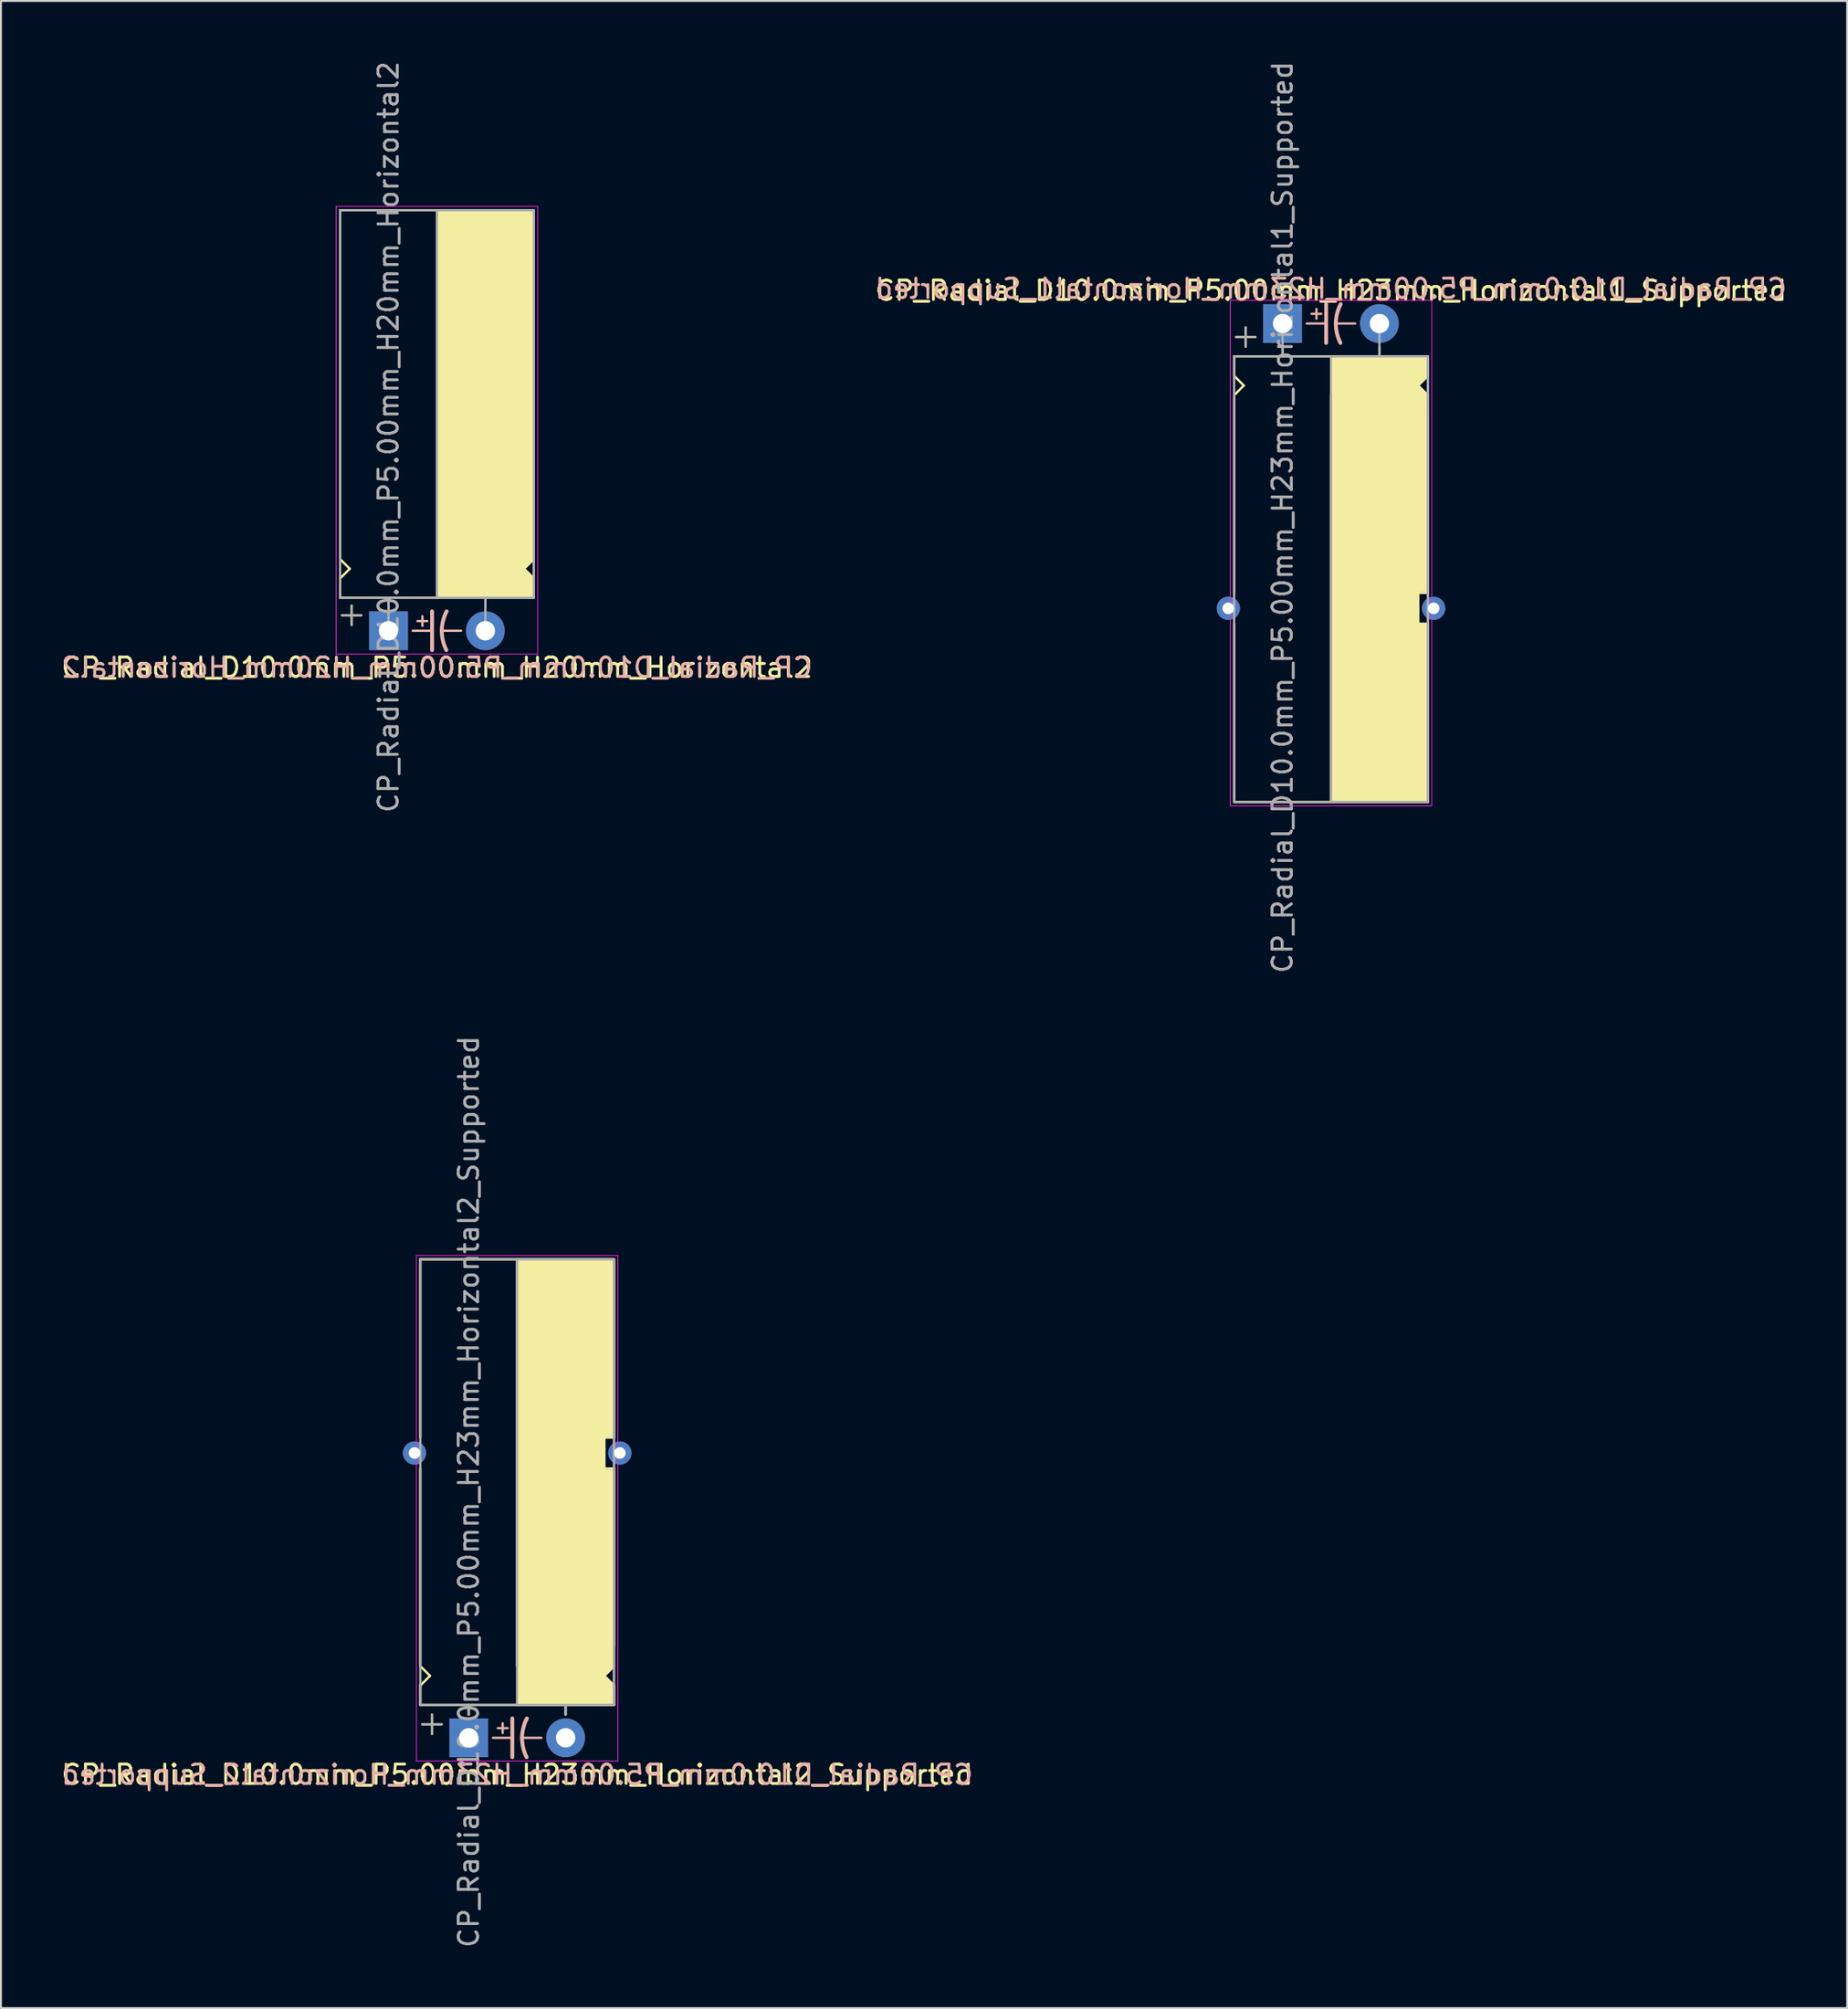
<source format=kicad_pcb>
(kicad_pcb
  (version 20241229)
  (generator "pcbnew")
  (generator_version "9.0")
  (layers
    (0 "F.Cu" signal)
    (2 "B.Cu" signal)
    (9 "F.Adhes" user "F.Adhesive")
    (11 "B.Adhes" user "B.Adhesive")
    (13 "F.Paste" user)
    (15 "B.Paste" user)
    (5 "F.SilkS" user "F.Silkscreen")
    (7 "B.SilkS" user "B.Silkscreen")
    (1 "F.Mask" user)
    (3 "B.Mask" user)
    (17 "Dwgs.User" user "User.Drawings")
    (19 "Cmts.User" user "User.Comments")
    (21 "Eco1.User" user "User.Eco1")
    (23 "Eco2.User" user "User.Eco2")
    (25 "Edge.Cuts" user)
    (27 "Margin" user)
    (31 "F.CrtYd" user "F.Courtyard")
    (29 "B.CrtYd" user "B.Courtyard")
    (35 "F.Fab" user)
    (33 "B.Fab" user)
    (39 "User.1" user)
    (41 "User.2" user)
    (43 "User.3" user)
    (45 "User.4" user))
  (footprint "CP_Radial_D10.0mm_P5.00mm_H23mm_Horizontal1_Supported"
    (layer "F.Cu")
    (at 63.161 13.649)
    (property "Reference" "CP_Radial_D10.0mm_P5.00mm_H23mm_Horizontal1_Supported" (at 2.5 -1.7 0) (layer "F.SilkS") (effects (font (size 1 1) (thickness 0.15))))
    (fp_line (start -2.5 1.7) (end -2.5 2.7) (stroke (width 0.12) (type solid)) (layer "F.SilkS"))
    (fp_line (start -2.5 2.7) (end -2 3.2) (stroke (width 0.12) (type solid)) (layer "F.SilkS"))
    (fp_line (start -2.5 3.8) (end -2.5 13.9) (stroke (width 0.12) (type solid)) (layer "F.SilkS"))
    (fp_line (start -2.5 15.5) (end -2.5 24.7) (stroke (width 0.12) (type solid)) (layer "F.SilkS"))
    (fp_line (start -2.5 24.7) (end 7.5 24.7) (stroke (width 0.12) (type solid)) (layer "F.SilkS"))
    (fp_line (start -2 3.2) (end -2.5 3.7) (stroke (width 0.12) (type solid)) (layer "F.SilkS"))
    (fp_line (start -1.9 0.2) (end -1.9 1.2) (stroke (width 0.12) (type solid)) (layer "F.SilkS"))
    (fp_line (start -1.4 0.7) (end -2.4 0.7) (stroke (width 0.12) (type solid)) (layer "F.SilkS"))
    (fp_line (start 0 1.7) (end 0 1.2) (stroke (width 0.12) (type solid)) (layer "F.SilkS"))
    (fp_line (start 2.5 1.7) (end -2.5 1.7) (stroke (width 0.12) (type solid)) (layer "F.SilkS"))
    (fp_line (start 2.5 24.7) (end 2.5 3.7) (stroke (width 0.12) (type solid)) (layer "F.SilkS"))
    (fp_line (start 5 1.7) (end 5 1.2) (stroke (width 0.12) (type solid)) (layer "F.SilkS"))
    (fp_line (start 7 3.2) (end 7.5 3.7) (stroke (width 0.12) (type solid)) (layer "F.SilkS"))
    (fp_line (start 7 13.9) (end 7.5 13.9) (stroke (width 0.12) (type solid)) (layer "F.SilkS"))
    (fp_line (start 7 14.9) (end 7 13.9) (stroke (width 0.12) (type solid)) (layer "F.SilkS"))
    (fp_line (start 7 15.5) (end 7 14.9) (stroke (width 0.12) (type solid)) (layer "F.SilkS"))
    (fp_line (start 7.5 1.7) (end 2.5 1.7) (stroke (width 0.12) (type solid)) (layer "F.SilkS"))
    (fp_line (start 7.5 1.7) (end 7.5 2.7) (stroke (width 0.12) (type solid)) (layer "F.SilkS"))
    (fp_line (start 7.5 2.7) (end 7 3.2) (stroke (width 0.12) (type solid)) (layer "F.SilkS"))
    (fp_line (start 7.5 4.7) (end 7.5 13.9) (stroke (width 0.12) (type solid)) (layer "F.SilkS"))
    (fp_line (start 7.5 15.5) (end 7 15.5) (stroke (width 0.12) (type solid)) (layer "F.SilkS"))
    (fp_line (start 7.5 15.5) (end 7.5 24.7) (stroke (width 0.12) (type solid)) (layer "F.SilkS"))
    (fp_poly (pts (xy 7.5 2.7) (xy 7 3.2) (xy 7.5 3.7) (xy 7.5 13.8) (xy 7 13.8) (xy 7 15.5) (xy 7.5 15.5) (xy 7.5 24.7) (xy 2.5 24.7) (xy 2.5 1.7) (xy 7.5 1.7)) (stroke (width 0.1) (type solid)) (fill yes) (layer "F.SilkS"))
    (fp_line (start 1.25 0) (end 2.25 0) (stroke (width 0.12) (type solid)) (layer "B.SilkS"))
    (fp_line (start 1.5 -0.5) (end 2 -0.5) (stroke (width 0.12) (type solid)) (layer "B.SilkS"))
    (fp_line (start 1.75 -0.75) (end 1.75 -0.25) (stroke (width 0.12) (type solid)) (layer "B.SilkS"))
    (fp_line (start 2.25 1) (end 2.25 -1) (stroke (width 0.2) (type solid)) (layer "B.SilkS"))
    (fp_line (start 3.75 0) (end 2.75 0) (stroke (width 0.12) (type solid)) (layer "B.SilkS"))
    (fp_arc (start 2.75 0) (mid 2.816707 -0.514573) (end 3 -1) (stroke (width 0.2) (type solid)) (layer "B.SilkS"))
    (fp_arc (start 2.987539 1) (mid 2.810248 0.513901) (end 2.75 0) (stroke (width 0.2) (type solid)) (layer "B.SilkS"))
    (fp_line (start -2.7 -1.2) (end 5.3 -1.2) (stroke (width 0.04) (type solid)) (layer "F.CrtYd"))
    (fp_line (start -2.7 24.9) (end -2.7 -1.2) (stroke (width 0.04) (type solid)) (layer "F.CrtYd"))
    (fp_line (start 5.3 -1.2) (end 7.7 -1.2) (stroke (width 0.04) (type solid)) (layer "F.CrtYd"))
    (fp_line (start 7.7 -1.2) (end 7.7 24.9) (stroke (width 0.04) (type solid)) (layer "F.CrtYd"))
    (fp_line (start 7.7 24.9) (end -2.7 24.9) (stroke (width 0.04) (type solid)) (layer "F.CrtYd"))
    (fp_line (start -2.5 1.7) (end -2.5 24.7) (stroke (width 0.12) (type solid)) (layer "F.Fab"))
    (fp_line (start -2.5 24.7) (end 7.5 24.7) (stroke (width 0.12) (type solid)) (layer "F.Fab"))
    (fp_line (start -2.4 0.7) (end -1.4 0.7) (stroke (width 0.1) (type solid)) (layer "F.Fab"))
    (fp_line (start -1.9 1.2) (end -1.9 0.2) (stroke (width 0.1) (type solid)) (layer "F.Fab"))
    (fp_line (start 0 1.7) (end 0 0) (stroke (width 0.12) (type solid)) (layer "F.Fab"))
    (fp_line (start 2.5 3.7) (end 2.5 24.7) (stroke (width 0.12) (type solid)) (layer "F.Fab"))
    (fp_line (start 5 1.7) (end 5 0) (stroke (width 0.12) (type solid)) (layer "F.Fab"))
    (fp_line (start 7.5 1.7) (end -2.5 1.7) (stroke (width 0.12) (type solid)) (layer "F.Fab"))
    (fp_line (start 7.5 24.7) (end 7.5 1.7) (stroke (width 0.12) (type solid)) (layer "F.Fab"))
    (fp_poly (pts (xy 7.5 24.7) (xy 2.5 24.7) (xy 2.5 1.7) (xy 7.5 1.7)) (stroke (width 0.1) (type solid)) (fill no) (layer "F.Fab"))
    (fp_text user "${REFERENCE}" (at 2.5 -1.8 0) (layer "B.SilkS") (effects (font (size 1 1) (thickness 0.15)) (justify mirror)))
    (fp_text user "${REFERENCE}" (at 0 10 90) (layer "F.Fab") (effects (font (size 1 1) (thickness 0.15))))
    (pad "1" thru_hole rect (at 0 0) (size 2 2) (drill 1) (layers "*.Cu" "*.Mask"))
    (pad "2" thru_hole circle (at 5 0) (size 2 2) (drill 1) (layers "*.Cu" "*.Mask"))
    (pad "~" thru_hole circle (at -2.8 14.7) (size 1.2 1.2) (drill 0.6) (layers "*.Cu" "*.Mask"))
    (pad "~" thru_hole circle (at 7.8 14.7) (size 1.2 1.2) (drill 0.6) (layers "*.Cu" "*.Mask")))
  (footprint "CP_Radial_D10.0mm_P5.00mm_H23mm_Horizontal2_Supported"
    (layer "F.Cu")
    (at 21.149 86.646)
    (property "Reference" "CP_Radial_D10.0mm_P5.00mm_H23mm_Horizontal2_Supported" (at 2.5 1.9 180) (layer "F.SilkS") (effects (font (size 1 1) (thickness 0.15))))
    (fp_line (start -2.5 -24.7) (end 7.5 -24.7) (stroke (width 0.12) (type solid)) (layer "F.SilkS"))
    (fp_line (start -2.5 -15.5) (end -2.5 -24.7) (stroke (width 0.12) (type solid)) (layer "F.SilkS"))
    (fp_line (start -2.5 -3.8) (end -2.5 -13.9) (stroke (width 0.12) (type solid)) (layer "F.SilkS"))
    (fp_line (start -2.5 -2.7) (end -2 -3.2) (stroke (width 0.12) (type solid)) (layer "F.SilkS"))
    (fp_line (start -2.5 -1.7) (end -2.5 -2.7) (stroke (width 0.12) (type solid)) (layer "F.SilkS"))
    (fp_line (start -2 -3.2) (end -2.5 -3.7) (stroke (width 0.12) (type solid)) (layer "F.SilkS"))
    (fp_line (start -1.9 -1.2) (end -1.9 -0.2) (stroke (width 0.12) (type solid)) (layer "F.SilkS"))
    (fp_line (start -1.4 -0.7) (end -2.4 -0.7) (stroke (width 0.12) (type solid)) (layer "F.SilkS"))
    (fp_line (start 0 -1.7) (end 0 -1.2) (stroke (width 0.12) (type solid)) (layer "F.SilkS"))
    (fp_line (start 2.5 -24.7) (end 2.5 -3.7) (stroke (width 0.12) (type solid)) (layer "F.SilkS"))
    (fp_line (start 2.5 -1.7) (end -2.5 -1.7) (stroke (width 0.12) (type solid)) (layer "F.SilkS"))
    (fp_line (start 5 -1.7) (end 5 -1.2) (stroke (width 0.12) (type solid)) (layer "F.SilkS"))
    (fp_line (start 7 -15.5) (end 7 -14.9) (stroke (width 0.12) (type solid)) (layer "F.SilkS"))
    (fp_line (start 7 -14.9) (end 7 -13.9) (stroke (width 0.12) (type solid)) (layer "F.SilkS"))
    (fp_line (start 7 -13.9) (end 7.5 -13.9) (stroke (width 0.12) (type solid)) (layer "F.SilkS"))
    (fp_line (start 7 -3.2) (end 7.5 -3.7) (stroke (width 0.12) (type solid)) (layer "F.SilkS"))
    (fp_line (start 7.5 -15.5) (end 7 -15.5) (stroke (width 0.12) (type solid)) (layer "F.SilkS"))
    (fp_line (start 7.5 -15.5) (end 7.5 -24.7) (stroke (width 0.12) (type solid)) (layer "F.SilkS"))
    (fp_line (start 7.5 -4.7) (end 7.5 -13.9) (stroke (width 0.12) (type solid)) (layer "F.SilkS"))
    (fp_line (start 7.5 -2.7) (end 7 -3.2) (stroke (width 0.12) (type solid)) (layer "F.SilkS"))
    (fp_line (start 7.5 -1.7) (end 2.5 -1.7) (stroke (width 0.12) (type solid)) (layer "F.SilkS"))
    (fp_line (start 7.5 -1.7) (end 7.5 -2.7) (stroke (width 0.12) (type solid)) (layer "F.SilkS"))
    (fp_poly (pts (xy 7.5 -2.7) (xy 7 -3.2) (xy 7.5 -3.7) (xy 7.5 -13.8) (xy 7 -13.8) (xy 7 -15.5) (xy 7.5 -15.5) (xy 7.5 -24.7) (xy 2.5 -24.7) (xy 2.5 -1.7) (xy 7.5 -1.7)) (stroke (width 0.1) (type solid)) (fill yes) (layer "F.SilkS"))
    (fp_line (start 1.25 0) (end 2.25 0) (stroke (width 0.12) (type solid)) (layer "B.SilkS"))
    (fp_line (start 1.5 -0.5) (end 2 -0.5) (stroke (width 0.12) (type solid)) (layer "B.SilkS"))
    (fp_line (start 1.75 -0.75) (end 1.75 -0.25) (stroke (width 0.12) (type solid)) (layer "B.SilkS"))
    (fp_line (start 2.25 1) (end 2.25 -1) (stroke (width 0.2) (type solid)) (layer "B.SilkS"))
    (fp_line (start 3.75 0) (end 2.75 0) (stroke (width 0.12) (type solid)) (layer "B.SilkS"))
    (fp_arc (start 2.75 0) (mid 2.816707 -0.514573) (end 3 -1) (stroke (width 0.2) (type solid)) (layer "B.SilkS"))
    (fp_arc (start 2.987539 1) (mid 2.810248 0.513901) (end 2.75 0) (stroke (width 0.2) (type solid)) (layer "B.SilkS"))
    (fp_line (start -2.7 -24.9) (end -2.7 1.2) (stroke (width 0.04) (type solid)) (layer "F.CrtYd"))
    (fp_line (start -2.7 1.2) (end -0.3 1.2) (stroke (width 0.04) (type solid)) (layer "F.CrtYd"))
    (fp_line (start 7.7 -24.9) (end -2.7 -24.9) (stroke (width 0.04) (type solid)) (layer "F.CrtYd"))
    (fp_line (start 7.7 1.2) (end -0.3 1.2) (stroke (width 0.04) (type solid)) (layer "F.CrtYd"))
    (fp_line (start 7.7 1.2) (end 7.7 -24.9) (stroke (width 0.04) (type solid)) (layer "F.CrtYd"))
    (fp_line (start -2.5 -24.7) (end 7.5 -24.7) (stroke (width 0.12) (type solid)) (layer "F.Fab"))
    (fp_line (start -2.5 -1.7) (end -2.5 -24.7) (stroke (width 0.12) (type solid)) (layer "F.Fab"))
    (fp_line (start -2.4 -0.7) (end -1.4 -0.7) (stroke (width 0.1) (type solid)) (layer "F.Fab"))
    (fp_line (start -1.9 -0.2) (end -1.9 -1.2) (stroke (width 0.1) (type solid)) (layer "F.Fab"))
    (fp_line (start 0 -1.7) (end 0 -1.2) (stroke (width 0.12) (type solid)) (layer "F.Fab"))
    (fp_line (start 2.5 -3.7) (end 2.5 -24.7) (stroke (width 0.12) (type solid)) (layer "F.Fab"))
    (fp_line (start 5 -1.7) (end 5 -1.2) (stroke (width 0.12) (type solid)) (layer "F.Fab"))
    (fp_line (start 7.5 -24.7) (end 7.5 -1.7) (stroke (width 0.12) (type solid)) (layer "F.Fab"))
    (fp_line (start 7.5 -1.7) (end -2.5 -1.7) (stroke (width 0.12) (type solid)) (layer "F.Fab"))
    (fp_poly (pts (xy 7.5 -24.7) (xy 2.5 -24.7) (xy 2.5 -1.7) (xy 7.5 -1.7)) (stroke (width 0.1) (type solid)) (fill no) (layer "F.Fab"))
    (fp_text user "${REFERENCE}" (at 2.5 1.9 0) (layer "B.SilkS") (effects (font (size 1 1) (thickness 0.15)) (justify mirror)))
    (fp_text user "${REFERENCE}" (at 0 -12.7 90) (layer "F.Fab") (effects (font (size 1 1) (thickness 0.15))))
    (pad "1" thru_hole rect (at 0 0) (size 2 2) (drill 1) (layers "*.Cu" "*.Mask"))
    (pad "2" thru_hole circle (at 5 0) (size 2 2) (drill 1) (layers "*.Cu" "*.Mask"))
    (pad "~" thru_hole circle (at -2.8 -14.7 180) (size 1.2 1.2) (drill 0.6) (layers "*.Cu" "*.Mask"))
    (pad "~" thru_hole circle (at 7.8 -14.7 180) (size 1.2 1.2) (drill 0.6) (layers "*.Cu" "*.Mask")))
  (footprint "CP_Radial_D10.0mm_P5.00mm_H20mm_Horizontal2"
    (layer "F.Cu")
    (at 17.006 29.506)
    (property "Reference" "CP_Radial_D10.0mm_P5.00mm_H20mm_Horizontal2" (at 2.5 1.9 0) (layer "F.SilkS") (effects (font (size 1 1) (thickness 0.15))))
    (fp_line (start -2.5 -21.7) (end 7.5 -21.7) (stroke (width 0.12) (type solid)) (layer "F.SilkS"))
    (fp_line (start -2.5 -11.7) (end -2.5 -21.7) (stroke (width 0.12) (type solid)) (layer "F.SilkS"))
    (fp_line (start -2.5 -3.7) (end -2.5 -11.7) (stroke (width 0.12) (type solid)) (layer "F.SilkS"))
    (fp_line (start -2.5 -2.7) (end -2 -3.2) (stroke (width 0.12) (type solid)) (layer "F.SilkS"))
    (fp_line (start -2.5 -1.7) (end -2.5 -2.7) (stroke (width 0.12) (type solid)) (layer "F.SilkS"))
    (fp_line (start -2 -3.2) (end -2.5 -3.7) (stroke (width 0.12) (type solid)) (layer "F.SilkS"))
    (fp_line (start -1.9 -1.3) (end -1.9 -0.3) (stroke (width 0.12) (type solid)) (layer "F.SilkS"))
    (fp_line (start -1.4 -0.8) (end -2.4 -0.8) (stroke (width 0.12) (type solid)) (layer "F.SilkS"))
    (fp_line (start 0 -1.7) (end 0 -1.2) (stroke (width 0.12) (type solid)) (layer "F.SilkS"))
    (fp_line (start 2.5 -21.7) (end 2.5 -1.7) (stroke (width 0.12) (type solid)) (layer "F.SilkS"))
    (fp_line (start 2.5 -1.7) (end -2.5 -1.7) (stroke (width 0.12) (type solid)) (layer "F.SilkS"))
    (fp_line (start 5 -1.7) (end 5 -1.2) (stroke (width 0.12) (type solid)) (layer "F.SilkS"))
    (fp_line (start 7 -3.2) (end 7.5 -3.7) (stroke (width 0.12) (type solid)) (layer "F.SilkS"))
    (fp_line (start 7.5 -11.7) (end 7.5 -21.7) (stroke (width 0.12) (type solid)) (layer "F.SilkS"))
    (fp_line (start 7.5 -3.7) (end 7.5 -11.7) (stroke (width 0.12) (type solid)) (layer "F.SilkS"))
    (fp_line (start 7.5 -2.7) (end 7 -3.2) (stroke (width 0.12) (type solid)) (layer "F.SilkS"))
    (fp_line (start 7.5 -1.7) (end 2.5 -1.7) (stroke (width 0.12) (type solid)) (layer "F.SilkS"))
    (fp_line (start 7.5 -1.7) (end 7.5 -2.7) (stroke (width 0.12) (type solid)) (layer "F.SilkS"))
    (fp_poly (pts (xy 7.5 -2.7) (xy 7 -3.2) (xy 7.5 -3.7) (xy 7.5 -21.7) (xy 2.5 -21.7) (xy 2.5 -1.7) (xy 7.5 -1.7)) (stroke (width 0.1) (type solid)) (fill yes) (layer "F.SilkS"))
    (fp_line (start 1.25 0) (end 2.25 0) (stroke (width 0.12) (type solid)) (layer "B.SilkS"))
    (fp_line (start 1.5 -0.5) (end 2 -0.5) (stroke (width 0.12) (type solid)) (layer "B.SilkS"))
    (fp_line (start 1.75 -0.75) (end 1.75 -0.25) (stroke (width 0.12) (type solid)) (layer "B.SilkS"))
    (fp_line (start 2.25 1) (end 2.25 -1) (stroke (width 0.2) (type solid)) (layer "B.SilkS"))
    (fp_line (start 3.75 0) (end 2.75 0) (stroke (width 0.12) (type solid)) (layer "B.SilkS"))
    (fp_arc (start 2.75 0) (mid 2.816707 -0.514573) (end 3 -1) (stroke (width 0.2) (type solid)) (layer "B.SilkS"))
    (fp_arc (start 2.987539 1) (mid 2.810248 0.513901) (end 2.75 0) (stroke (width 0.2) (type solid)) (layer "B.SilkS"))
    (fp_line (start -2.7 -21.9) (end -2.7 1.2) (stroke (width 0.04) (type solid)) (layer "F.CrtYd"))
    (fp_line (start -2.7 1.2) (end 5.3 1.2) (stroke (width 0.04) (type solid)) (layer "F.CrtYd"))
    (fp_line (start 5.3 1.2) (end 7.7 1.2) (stroke (width 0.04) (type solid)) (layer "F.CrtYd"))
    (fp_line (start 7.7 -21.9) (end -2.7 -21.9) (stroke (width 0.04) (type solid)) (layer "F.CrtYd"))
    (fp_line (start 7.7 1.2) (end 7.7 -21.9) (stroke (width 0.04) (type solid)) (layer "F.CrtYd"))
    (fp_line (start -2.5 -21.7) (end 7.5 -21.7) (stroke (width 0.12) (type solid)) (layer "F.Fab"))
    (fp_line (start -2.5 -1.7) (end -2.5 -21.7) (stroke (width 0.12) (type solid)) (layer "F.Fab"))
    (fp_line (start -2.4 -0.8) (end -1.4 -0.8) (stroke (width 0.1) (type solid)) (layer "F.Fab"))
    (fp_line (start -1.9 -0.3) (end -1.9 -1.3) (stroke (width 0.1) (type solid)) (layer "F.Fab"))
    (fp_line (start 0 -1.7) (end 0 0) (stroke (width 0.12) (type solid)) (layer "F.Fab"))
    (fp_line (start 2.5 -1.7) (end 2.5 -21.7) (stroke (width 0.12) (type solid)) (layer "F.Fab"))
    (fp_line (start 5 -1.7) (end 5 0) (stroke (width 0.12) (type solid)) (layer "F.Fab"))
    (fp_line (start 7.5 -21.7) (end 7.5 -1.7) (stroke (width 0.12) (type solid)) (layer "F.Fab"))
    (fp_line (start 7.5 -1.7) (end -2.5 -1.7) (stroke (width 0.12) (type solid)) (layer "F.Fab"))
    (fp_poly (pts (xy 7.5 -21.7) (xy 2.5 -21.7) (xy 2.5 -1.7) (xy 7.5 -1.7)) (stroke (width 0.1) (type solid)) (fill no) (layer "F.Fab"))
    (fp_text user "${REFERENCE}" (at 2.5 1.9 0) (layer "B.SilkS") (effects (font (size 1 1) (thickness 0.15)) (justify mirror)))
    (fp_text user "${REFERENCE}" (at 0 -10 90) (layer "F.Fab") (effects (font (size 1 1) (thickness 0.15))))
    (pad "1" thru_hole rect (at 0 0) (size 2 2) (drill 1) (layers "*.Cu" "*.Mask"))
    (pad "2" thru_hole circle (at 5 0) (size 2 2) (drill 1) (layers "*.Cu" "*.Mask")))
  (gr_rect
    (start -3 -3)
    (end 92.31 100.595)
    (stroke (width 0.1) (type default))
    (fill no)
    (layer "Edge.Cuts")))
</source>
